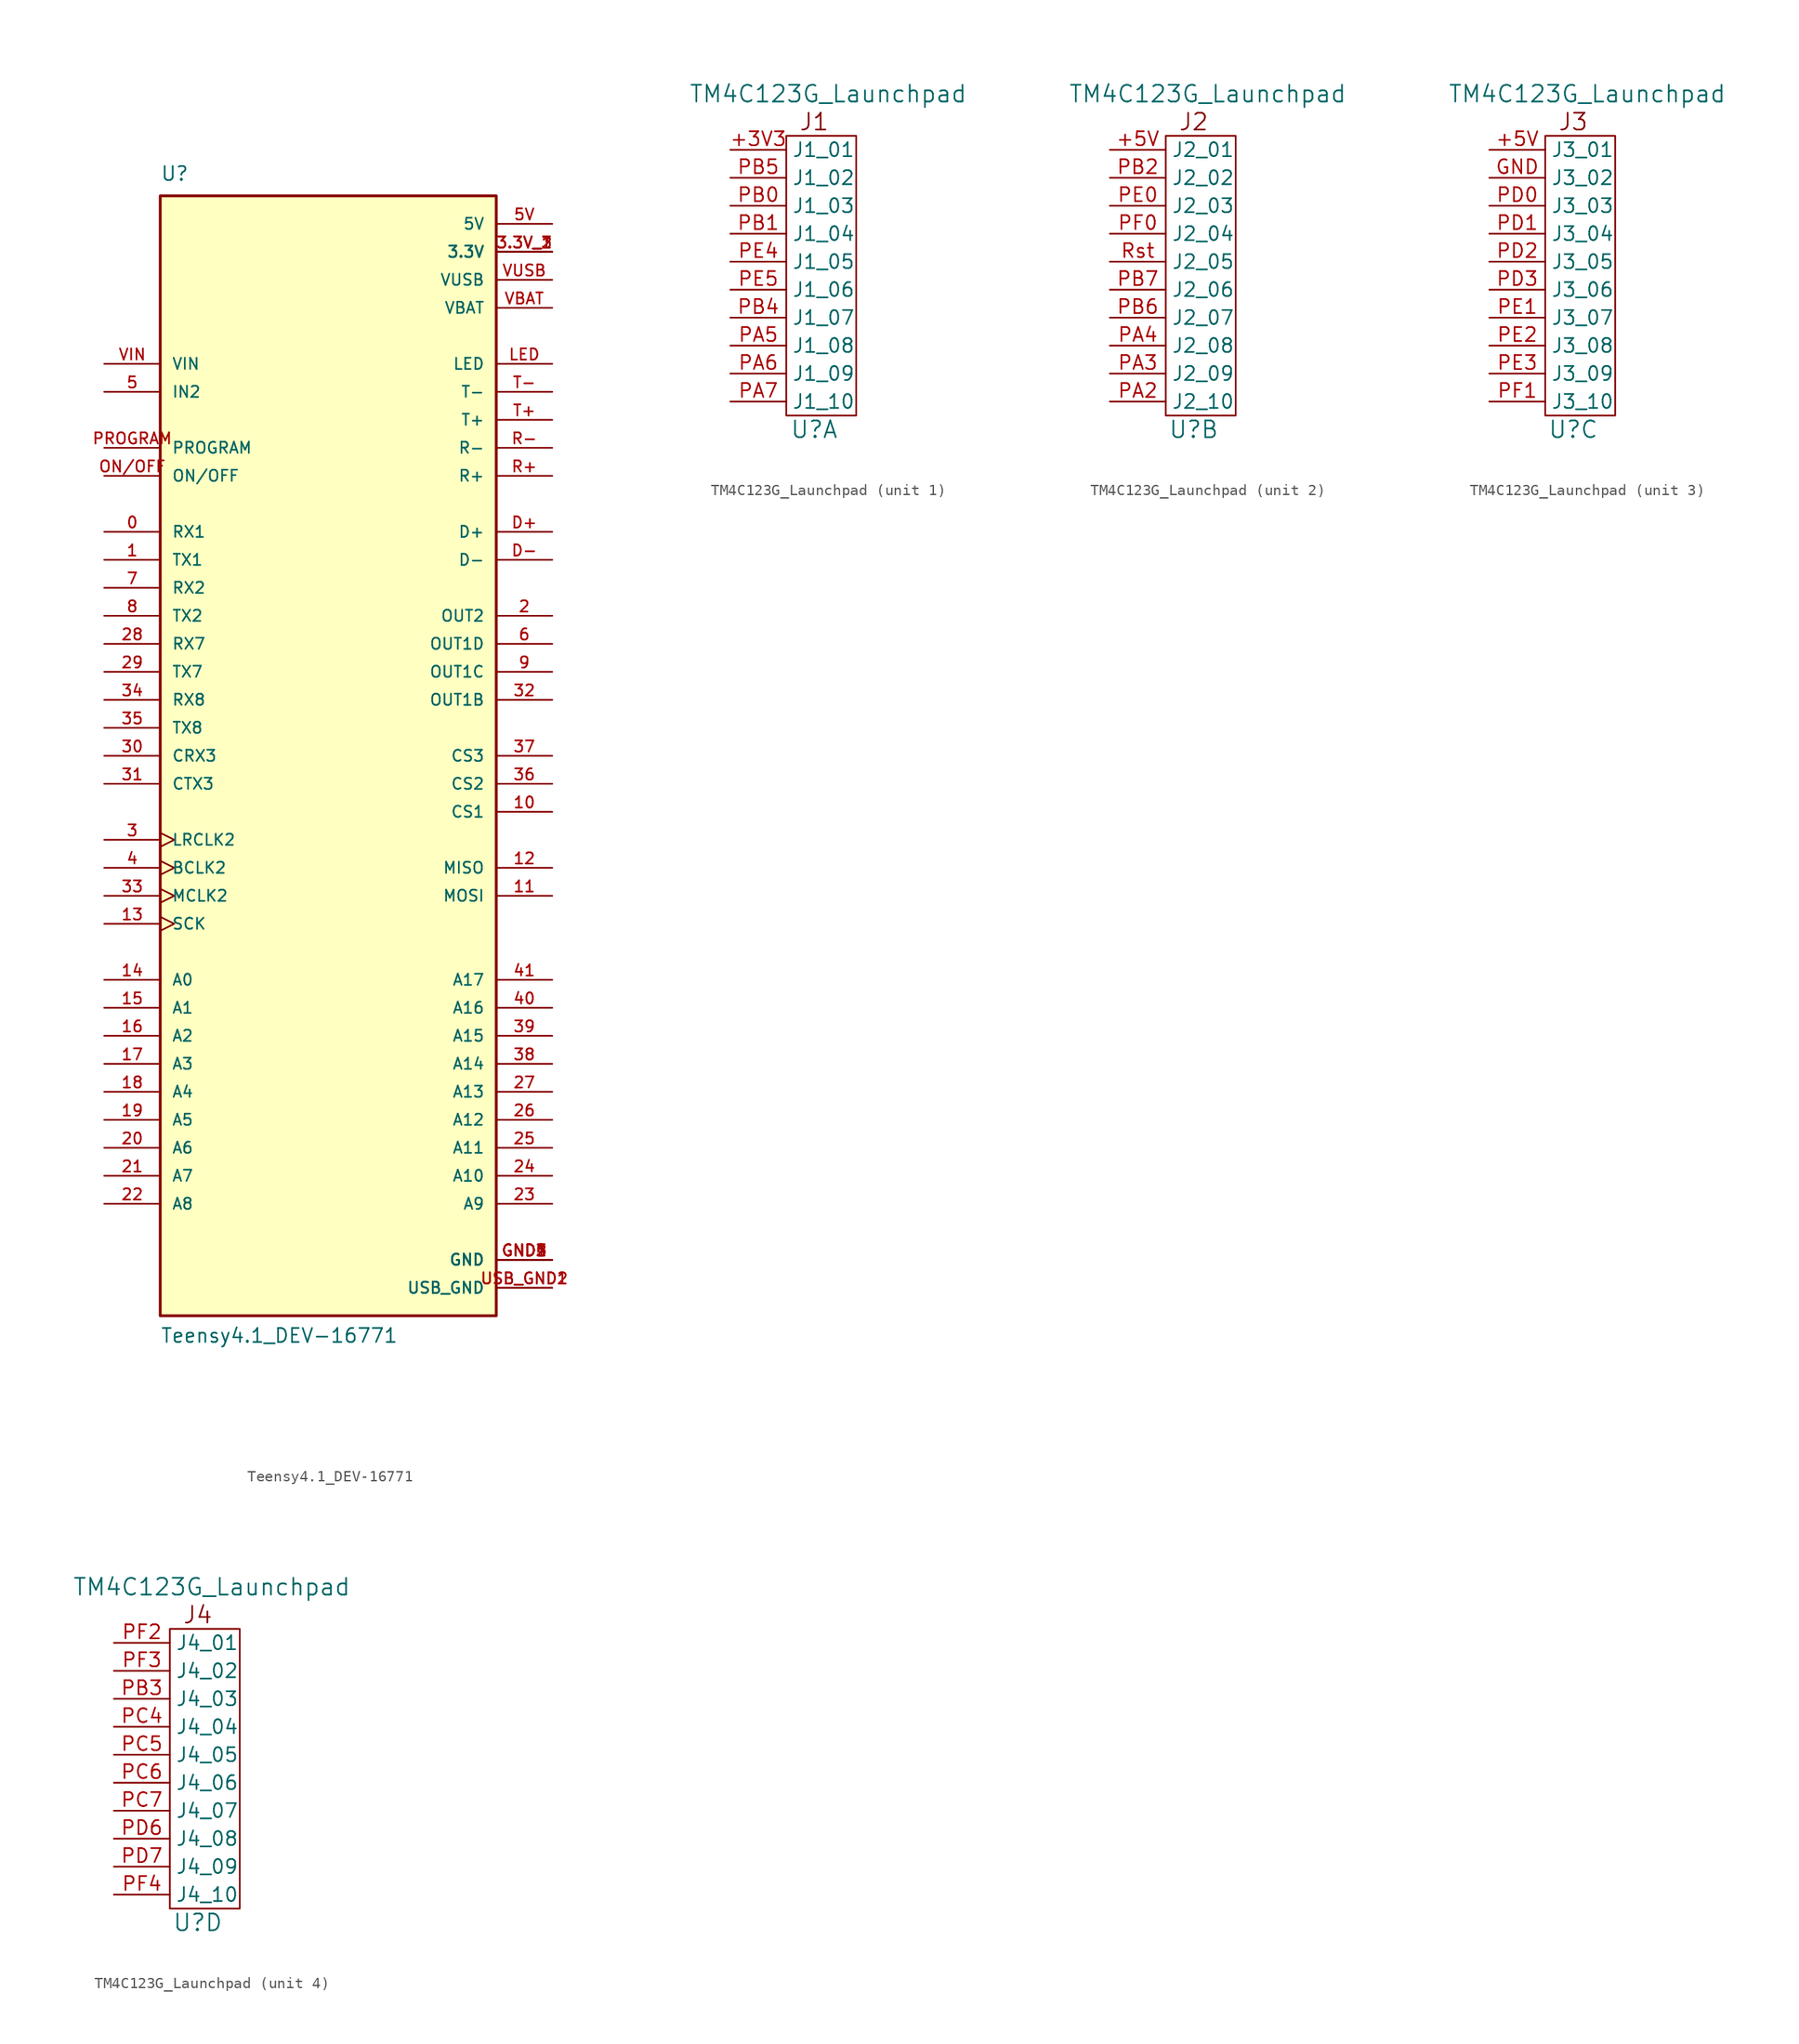
<source format=kicad_sym>
(kicad_symbol_lib
  (version 20241209)
  (generator "kicad_symbol_editor")
  (generator_version "9.0")
  (symbol "Teensy4.1_DEV-16771"
    (pin_names
      (offset 1.016))
    (property "Reference" "U"
      (at -15.24 52.07 0)
      (effects (font (size 1.27 1.27)) (justify left bottom)))
    (property "Value" "Teensy4.1_DEV-16771"
      (at -15.24 -53.34 0)
      (effects (font (size 1.27 1.27)) (justify left bottom)))
    (symbol "Teensy4.1_DEV-16771_0_0"
      (rectangle (start -15.24 -50.8) (end 15.24 50.8) (stroke (width 0.254) (type default)) (fill (type background)))
      (pin input line (at -20.32 35.56 0) (length 5.08) (name "VIN" (effects (font (size 1.016 1.016)))) (number "VIN" (effects (font (size 1.016 1.016)))))
      (pin bidirectional line (at -20.32 33.02 0) (length 5.08) (name "IN2" (effects (font (size 1.016 1.016)))) (number "5" (effects (font (size 1.016 1.016)))))
      (pin bidirectional line (at -20.32 27.94 0) (length 5.08) (name "PROGRAM" (effects (font (size 1.016 1.016)))) (number "PROGRAM" (effects (font (size 1.016 1.016)))))
      (pin bidirectional line (at -20.32 25.4 0) (length 5.08) (name "ON/OFF" (effects (font (size 1.016 1.016)))) (number "ON/OFF" (effects (font (size 1.016 1.016)))))
      (pin bidirectional line (at -20.32 20.32 0) (length 5.08) (name "RX1" (effects (font (size 1.016 1.016)))) (number "0" (effects (font (size 1.016 1.016)))))
      (pin bidirectional line (at -20.32 17.78 0) (length 5.08) (name "TX1" (effects (font (size 1.016 1.016)))) (number "1" (effects (font (size 1.016 1.016)))))
      (pin bidirectional line (at -20.32 15.24 0) (length 5.08) (name "RX2" (effects (font (size 1.016 1.016)))) (number "7" (effects (font (size 1.016 1.016)))))
      (pin bidirectional line (at -20.32 12.7 0) (length 5.08) (name "TX2" (effects (font (size 1.016 1.016)))) (number "8" (effects (font (size 1.016 1.016)))))
      (pin bidirectional line (at -20.32 10.16 0) (length 5.08) (name "RX7" (effects (font (size 1.016 1.016)))) (number "28" (effects (font (size 1.016 1.016)))))
      (pin bidirectional line (at -20.32 7.62 0) (length 5.08) (name "TX7" (effects (font (size 1.016 1.016)))) (number "29" (effects (font (size 1.016 1.016)))))
      (pin bidirectional line (at -20.32 5.08 0) (length 5.08) (name "RX8" (effects (font (size 1.016 1.016)))) (number "34" (effects (font (size 1.016 1.016)))))
      (pin bidirectional line (at -20.32 2.54 0) (length 5.08) (name "TX8" (effects (font (size 1.016 1.016)))) (number "35" (effects (font (size 1.016 1.016)))))
      (pin bidirectional line (at -20.32 0 0) (length 5.08) (name "CRX3" (effects (font (size 1.016 1.016)))) (number "30" (effects (font (size 1.016 1.016)))))
      (pin bidirectional line (at -20.32 -2.54 0) (length 5.08) (name "CTX3" (effects (font (size 1.016 1.016)))) (number "31" (effects (font (size 1.016 1.016)))))
      (pin bidirectional clock (at -20.32 -7.62 0) (length 5.08) (name "LRCLK2" (effects (font (size 1.016 1.016)))) (number "3" (effects (font (size 1.016 1.016)))))
      (pin bidirectional clock (at -20.32 -10.16 0) (length 5.08) (name "BCLK2" (effects (font (size 1.016 1.016)))) (number "4" (effects (font (size 1.016 1.016)))))
      (pin bidirectional clock (at -20.32 -12.7 0) (length 5.08) (name "MCLK2" (effects (font (size 1.016 1.016)))) (number "33" (effects (font (size 1.016 1.016)))))
      (pin bidirectional clock (at -20.32 -15.24 0) (length 5.08) (name "SCK" (effects (font (size 1.016 1.016)))) (number "13" (effects (font (size 1.016 1.016)))))
      (pin bidirectional line (at -20.32 -20.32 0) (length 5.08) (name "A0" (effects (font (size 1.016 1.016)))) (number "14" (effects (font (size 1.016 1.016)))))
      (pin bidirectional line (at -20.32 -22.86 0) (length 5.08) (name "A1" (effects (font (size 1.016 1.016)))) (number "15" (effects (font (size 1.016 1.016)))))
      (pin bidirectional line (at -20.32 -25.4 0) (length 5.08) (name "A2" (effects (font (size 1.016 1.016)))) (number "16" (effects (font (size 1.016 1.016)))))
      (pin bidirectional line (at -20.32 -27.94 0) (length 5.08) (name "A3" (effects (font (size 1.016 1.016)))) (number "17" (effects (font (size 1.016 1.016)))))
      (pin bidirectional line (at -20.32 -30.48 0) (length 5.08) (name "A4" (effects (font (size 1.016 1.016)))) (number "18" (effects (font (size 1.016 1.016)))))
      (pin bidirectional line (at -20.32 -33.02 0) (length 5.08) (name "A5" (effects (font (size 1.016 1.016)))) (number "19" (effects (font (size 1.016 1.016)))))
      (pin bidirectional line (at -20.32 -35.56 0) (length 5.08) (name "A6" (effects (font (size 1.016 1.016)))) (number "20" (effects (font (size 1.016 1.016)))))
      (pin bidirectional line (at -20.32 -38.1 0) (length 5.08) (name "A7" (effects (font (size 1.016 1.016)))) (number "21" (effects (font (size 1.016 1.016)))))
      (pin bidirectional line (at -20.32 -40.64 0) (length 5.08) (name "A8" (effects (font (size 1.016 1.016)))) (number "22" (effects (font (size 1.016 1.016)))))
      (pin power_in line (at 20.32 48.26 180) (length 5.08) (name "5V" (effects (font (size 1.016 1.016)))) (number "5V" (effects (font (size 1.016 1.016)))))
      (pin power_in line (at 20.32 45.72 180) (length 5.08) (name "3.3V" (effects (font (size 1.016 1.016)))) (number "3.3V_1" (effects (font (size 1.016 1.016)))))
      (pin power_in line (at 20.32 45.72 180) (length 5.08) (name "3.3V" (effects (font (size 1.016 1.016)))) (number "3.3V_2" (effects (font (size 1.016 1.016)))))
      (pin power_in line (at 20.32 45.72 180) (length 5.08) (name "3.3V" (effects (font (size 1.016 1.016)))) (number "3.3V_3" (effects (font (size 1.016 1.016)))))
      (pin passive line (at 20.32 43.18 180) (length 5.08) (name "VUSB" (effects (font (size 1.016 1.016)))) (number "VUSB" (effects (font (size 1.016 1.016)))))
      (pin passive line (at 20.32 40.64 180) (length 5.08) (name "VBAT" (effects (font (size 1.016 1.016)))) (number "VBAT" (effects (font (size 1.016 1.016)))))
      (pin bidirectional line (at 20.32 35.56 180) (length 5.08) (name "LED" (effects (font (size 1.016 1.016)))) (number "LED" (effects (font (size 1.016 1.016)))))
      (pin bidirectional line (at 20.32 33.02 180) (length 5.08) (name "T-" (effects (font (size 1.016 1.016)))) (number "T-" (effects (font (size 1.016 1.016)))))
      (pin bidirectional line (at 20.32 30.48 180) (length 5.08) (name "T+" (effects (font (size 1.016 1.016)))) (number "T+" (effects (font (size 1.016 1.016)))))
      (pin bidirectional line (at 20.32 27.94 180) (length 5.08) (name "R-" (effects (font (size 1.016 1.016)))) (number "R-" (effects (font (size 1.016 1.016)))))
      (pin bidirectional line (at 20.32 25.4 180) (length 5.08) (name "R+" (effects (font (size 1.016 1.016)))) (number "R+" (effects (font (size 1.016 1.016)))))
      (pin bidirectional line (at 20.32 20.32 180) (length 5.08) (name "D+" (effects (font (size 1.016 1.016)))) (number "D+" (effects (font (size 1.016 1.016)))))
      (pin output line (at 20.32 12.7 180) (length 5.08) (name "OUT2" (effects (font (size 1.016 1.016)))) (number "2" (effects (font (size 1.016 1.016)))))
      (pin output line (at 20.32 10.16 180) (length 5.08) (name "OUT1D" (effects (font (size 1.016 1.016)))) (number "6" (effects (font (size 1.016 1.016)))))
      (pin output line (at 20.32 7.62 180) (length 5.08) (name "OUT1C" (effects (font (size 1.016 1.016)))) (number "9" (effects (font (size 1.016 1.016)))))
      (pin output line (at 20.32 5.08 180) (length 5.08) (name "OUT1B" (effects (font (size 1.016 1.016)))) (number "32" (effects (font (size 1.016 1.016)))))
      (pin bidirectional line (at 20.32 0 180) (length 5.08) (name "CS3" (effects (font (size 1.016 1.016)))) (number "37" (effects (font (size 1.016 1.016)))))
      (pin bidirectional line (at 20.32 -2.54 180) (length 5.08) (name "CS2" (effects (font (size 1.016 1.016)))) (number "36" (effects (font (size 1.016 1.016)))))
      (pin bidirectional line (at 20.32 -5.08 180) (length 5.08) (name "CS1" (effects (font (size 1.016 1.016)))) (number "10" (effects (font (size 1.016 1.016)))))
      (pin bidirectional line (at 20.32 -10.16 180) (length 5.08) (name "MISO" (effects (font (size 1.016 1.016)))) (number "12" (effects (font (size 1.016 1.016)))))
      (pin bidirectional line (at 20.32 -12.7 180) (length 5.08) (name "MOSI" (effects (font (size 1.016 1.016)))) (number "11" (effects (font (size 1.016 1.016)))))
      (pin bidirectional line (at 20.32 -20.32 180) (length 5.08) (name "A17" (effects (font (size 1.016 1.016)))) (number "41" (effects (font (size 1.016 1.016)))))
      (pin bidirectional line (at 20.32 -22.86 180) (length 5.08) (name "A16" (effects (font (size 1.016 1.016)))) (number "40" (effects (font (size 1.016 1.016)))))
      (pin bidirectional line (at 20.32 -25.4 180) (length 5.08) (name "A15" (effects (font (size 1.016 1.016)))) (number "39" (effects (font (size 1.016 1.016)))))
      (pin bidirectional line (at 20.32 -27.94 180) (length 5.08) (name "A14" (effects (font (size 1.016 1.016)))) (number "38" (effects (font (size 1.016 1.016)))))
      (pin bidirectional line (at 20.32 -30.48 180) (length 5.08) (name "A13" (effects (font (size 1.016 1.016)))) (number "27" (effects (font (size 1.016 1.016)))))
      (pin bidirectional line (at 20.32 -33.02 180) (length 5.08) (name "A12" (effects (font (size 1.016 1.016)))) (number "26" (effects (font (size 1.016 1.016)))))
      (pin bidirectional line (at 20.32 -35.56 180) (length 5.08) (name "A11" (effects (font (size 1.016 1.016)))) (number "25" (effects (font (size 1.016 1.016)))))
      (pin bidirectional line (at 20.32 -38.1 180) (length 5.08) (name "A10" (effects (font (size 1.016 1.016)))) (number "24" (effects (font (size 1.016 1.016)))))
      (pin bidirectional line (at 20.32 -40.64 180) (length 5.08) (name "A9" (effects (font (size 1.016 1.016)))) (number "23" (effects (font (size 1.016 1.016)))))
      (pin power_in line (at 20.32 -45.72 180) (length 5.08) (name "GND" (effects (font (size 1.016 1.016)))) (number "GND1" (effects (font (size 1.016 1.016)))))
      (pin power_in line (at 20.32 -45.72 180) (length 5.08) (name "GND" (effects (font (size 1.016 1.016)))) (number "GND2" (effects (font (size 1.016 1.016)))))
      (pin power_in line (at 20.32 -45.72 180) (length 5.08) (name "GND" (effects (font (size 1.016 1.016)))) (number "GND3" (effects (font (size 1.016 1.016)))))
      (pin power_in line (at 20.32 -45.72 180) (length 5.08) (name "GND" (effects (font (size 1.016 1.016)))) (number "GND4" (effects (font (size 1.016 1.016)))))
      (pin power_in line (at 20.32 -45.72 180) (length 5.08) (name "GND" (effects (font (size 1.016 1.016)))) (number "GND5" (effects (font (size 1.016 1.016)))))
      (pin power_in line (at 20.32 -48.26 180) (length 5.08) (name "USB_GND" (effects (font (size 1.016 1.016)))) (number "USB_GND1" (effects (font (size 1.016 1.016)))))
      (pin power_in line (at 20.32 -48.26 180) (length 5.08) (name "USB_GND" (effects (font (size 1.016 1.016)))) (number "USB_GND2" (effects (font (size 1.016 1.016))))))
    (symbol "Teensy4.1_DEV-16771_1_0"
      (pin bidirectional line (at 20.32 17.78 180) (length 5.08) (name "D-" (effects (font (size 1.016 1.016)))) (number "D-" (effects (font (size 1.016 1.016)))))))
  (symbol "TM4C123G_Launchpad"
    (property "Reference" "U"
      (at 2.54 -1.27 0)
      (effects (font (size 1.524 1.524))))
    (property "Value" "TM4C123G_Launchpad"
      (at 3.81 29.21 0)
      (effects (font (size 1.524 1.524))))
    (property "ki_locked" ""
      (at 0 0 0)
      (effects (font (size 1.27 1.27))))
    (symbol "TM4C123G_Launchpad_0_0"
      (rectangle (start 0 0) (end 6.35 25.4) (stroke (width 0) (type default)) (fill (type none))))
    (symbol "TM4C123G_Launchpad_1_0"
      (text "J1" (at 2.54 26.67 0) (effects (font (size 1.524 1.524)))))
    (symbol "TM4C123G_Launchpad_1_1"
      (pin input line (at -5.08 24.13 0) (length 5.08) (name "J1_01" (effects (font (size 1.27 1.27)))) (number "+3V3" (effects (font (size 1.27 1.27)))))
      (pin input line (at -5.08 21.59 0) (length 5.08) (name "J1_02" (effects (font (size 1.27 1.27)))) (number "PB5" (effects (font (size 1.27 1.27)))))
      (pin input line (at -5.08 19.05 0) (length 5.08) (name "J1_03" (effects (font (size 1.27 1.27)))) (number "PB0" (effects (font (size 1.27 1.27)))))
      (pin input line (at -5.08 16.51 0) (length 5.08) (name "J1_04" (effects (font (size 1.27 1.27)))) (number "PB1" (effects (font (size 1.27 1.27)))))
      (pin input line (at -5.08 13.97 0) (length 5.08) (name "J1_05" (effects (font (size 1.27 1.27)))) (number "PE4" (effects (font (size 1.27 1.27)))))
      (pin input line (at -5.08 11.43 0) (length 5.08) (name "J1_06" (effects (font (size 1.27 1.27)))) (number "PE5" (effects (font (size 1.27 1.27)))))
      (pin input line (at -5.08 8.89 0) (length 5.08) (name "J1_07" (effects (font (size 1.27 1.27)))) (number "PB4" (effects (font (size 1.27 1.27)))))
      (pin input line (at -5.08 6.35 0) (length 5.08) (name "J1_08" (effects (font (size 1.27 1.27)))) (number "PA5" (effects (font (size 1.27 1.27)))))
      (pin input line (at -5.08 3.81 0) (length 5.08) (name "J1_09" (effects (font (size 1.27 1.27)))) (number "PA6" (effects (font (size 1.27 1.27)))))
      (pin input line (at -5.08 1.27 0) (length 5.08) (name "J1_10" (effects (font (size 1.27 1.27)))) (number "PA7" (effects (font (size 1.27 1.27))))))
    (symbol "TM4C123G_Launchpad_2_0"
      (text "J2" (at 2.54 26.67 0) (effects (font (size 1.524 1.524)))))
    (symbol "TM4C123G_Launchpad_2_1"
      (pin input line (at -5.08 24.13 0) (length 5.08) (name "J2_01" (effects (font (size 1.27 1.27)))) (number "+5V" (effects (font (size 1.27 1.27)))))
      (pin input line (at -5.08 21.59 0) (length 5.08) (name "J2_02" (effects (font (size 1.27 1.27)))) (number "PB2" (effects (font (size 1.27 1.27)))))
      (pin input line (at -5.08 19.05 0) (length 5.08) (name "J2_03" (effects (font (size 1.27 1.27)))) (number "PE0" (effects (font (size 1.27 1.27)))))
      (pin input line (at -5.08 16.51 0) (length 5.08) (name "J2_04" (effects (font (size 1.27 1.27)))) (number "PF0" (effects (font (size 1.27 1.27)))))
      (pin input line (at -5.08 13.97 0) (length 5.08) (name "J2_05" (effects (font (size 1.27 1.27)))) (number "Rst" (effects (font (size 1.27 1.27)))))
      (pin input line (at -5.08 11.43 0) (length 5.08) (name "J2_06" (effects (font (size 1.27 1.27)))) (number "PB7" (effects (font (size 1.27 1.27)))))
      (pin input line (at -5.08 8.89 0) (length 5.08) (name "J2_07" (effects (font (size 1.27 1.27)))) (number "PB6" (effects (font (size 1.27 1.27)))))
      (pin input line (at -5.08 6.35 0) (length 5.08) (name "J2_08" (effects (font (size 1.27 1.27)))) (number "PA4" (effects (font (size 1.27 1.27)))))
      (pin input line (at -5.08 3.81 0) (length 5.08) (name "J2_09" (effects (font (size 1.27 1.27)))) (number "PA3" (effects (font (size 1.27 1.27)))))
      (pin input line (at -5.08 1.27 0) (length 5.08) (name "J2_10" (effects (font (size 1.27 1.27)))) (number "PA2" (effects (font (size 1.27 1.27))))))
    (symbol "TM4C123G_Launchpad_3_0"
      (text "J3" (at 2.54 26.67 0) (effects (font (size 1.524 1.524)))))
    (symbol "TM4C123G_Launchpad_3_1"
      (pin input line (at -5.08 24.13 0) (length 5.08) (name "J3_01" (effects (font (size 1.27 1.27)))) (number "+5V" (effects (font (size 1.27 1.27)))))
      (pin input line (at -5.08 21.59 0) (length 5.08) (name "J3_02" (effects (font (size 1.27 1.27)))) (number "GND" (effects (font (size 1.27 1.27)))))
      (pin input line (at -5.08 19.05 0) (length 5.08) (name "J3_03" (effects (font (size 1.27 1.27)))) (number "PD0" (effects (font (size 1.27 1.27)))))
      (pin input line (at -5.08 16.51 0) (length 5.08) (name "J3_04" (effects (font (size 1.27 1.27)))) (number "PD1" (effects (font (size 1.27 1.27)))))
      (pin input line (at -5.08 13.97 0) (length 5.08) (name "J3_05" (effects (font (size 1.27 1.27)))) (number "PD2" (effects (font (size 1.27 1.27)))))
      (pin input line (at -5.08 11.43 0) (length 5.08) (name "J3_06" (effects (font (size 1.27 1.27)))) (number "PD3" (effects (font (size 1.27 1.27)))))
      (pin input line (at -5.08 8.89 0) (length 5.08) (name "J3_07" (effects (font (size 1.27 1.27)))) (number "PE1" (effects (font (size 1.27 1.27)))))
      (pin input line (at -5.08 6.35 0) (length 5.08) (name "J3_08" (effects (font (size 1.27 1.27)))) (number "PE2" (effects (font (size 1.27 1.27)))))
      (pin input line (at -5.08 3.81 0) (length 5.08) (name "J3_09" (effects (font (size 1.27 1.27)))) (number "PE3" (effects (font (size 1.27 1.27)))))
      (pin input line (at -5.08 1.27 0) (length 5.08) (name "J3_10" (effects (font (size 1.27 1.27)))) (number "PF1" (effects (font (size 1.27 1.27))))))
    (symbol "TM4C123G_Launchpad_4_0"
      (text "J4" (at 2.54 26.67 0) (effects (font (size 1.524 1.524)))))
    (symbol "TM4C123G_Launchpad_4_1"
      (pin input line (at -5.08 24.13 0) (length 5.08) (name "J4_01" (effects (font (size 1.27 1.27)))) (number "PF2" (effects (font (size 1.27 1.27)))))
      (pin input line (at -5.08 21.59 0) (length 5.08) (name "J4_02" (effects (font (size 1.27 1.27)))) (number "PF3" (effects (font (size 1.27 1.27)))))
      (pin input line (at -5.08 19.05 0) (length 5.08) (name "J4_03" (effects (font (size 1.27 1.27)))) (number "PB3" (effects (font (size 1.27 1.27)))))
      (pin input line (at -5.08 16.51 0) (length 5.08) (name "J4_04" (effects (font (size 1.27 1.27)))) (number "PC4" (effects (font (size 1.27 1.27)))))
      (pin input line (at -5.08 13.97 0) (length 5.08) (name "J4_05" (effects (font (size 1.27 1.27)))) (number "PC5" (effects (font (size 1.27 1.27)))))
      (pin input line (at -5.08 11.43 0) (length 5.08) (name "J4_06" (effects (font (size 1.27 1.27)))) (number "PC6" (effects (font (size 1.27 1.27)))))
      (pin input line (at -5.08 8.89 0) (length 5.08) (name "J4_07" (effects (font (size 1.27 1.27)))) (number "PC7" (effects (font (size 1.27 1.27)))))
      (pin input line (at -5.08 6.35 0) (length 5.08) (name "J4_08" (effects (font (size 1.27 1.27)))) (number "PD6" (effects (font (size 1.27 1.27)))))
      (pin input line (at -5.08 3.81 0) (length 5.08) (name "J4_09" (effects (font (size 1.27 1.27)))) (number "PD7" (effects (font (size 1.27 1.27)))))
      (pin input line (at -5.08 1.27 0) (length 5.08) (name "J4_10" (effects (font (size 1.27 1.27)))) (number "PF4" (effects (font (size 1.27 1.27))))))))
</source>
